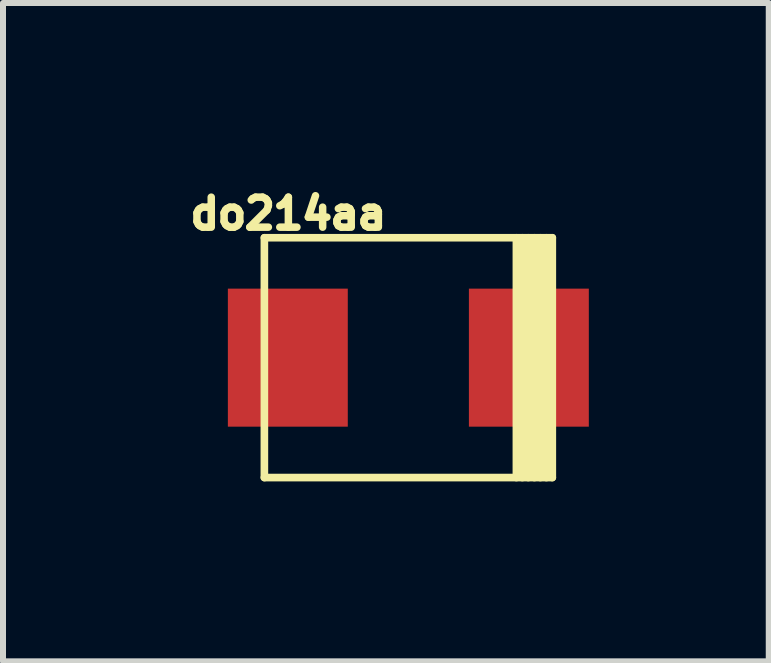
<source format=kicad_pcb>
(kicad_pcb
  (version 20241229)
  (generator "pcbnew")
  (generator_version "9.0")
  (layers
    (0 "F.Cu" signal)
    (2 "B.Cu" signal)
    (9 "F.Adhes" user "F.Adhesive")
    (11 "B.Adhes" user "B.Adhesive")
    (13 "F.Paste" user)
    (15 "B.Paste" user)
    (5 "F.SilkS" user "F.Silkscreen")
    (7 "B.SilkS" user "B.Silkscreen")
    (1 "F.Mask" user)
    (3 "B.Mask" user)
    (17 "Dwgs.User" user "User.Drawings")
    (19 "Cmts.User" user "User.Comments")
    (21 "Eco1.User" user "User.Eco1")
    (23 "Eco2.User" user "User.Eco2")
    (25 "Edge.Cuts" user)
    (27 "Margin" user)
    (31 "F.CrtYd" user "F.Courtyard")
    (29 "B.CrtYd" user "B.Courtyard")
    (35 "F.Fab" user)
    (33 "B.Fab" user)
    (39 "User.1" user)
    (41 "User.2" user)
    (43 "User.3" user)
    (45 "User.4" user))
  (footprint "do214aa"
    (layer "F.Cu")
    (at 3.757 2.912)
    (property "Reference" "do214aa" (at -2 -2.4 0) (layer "F.SilkS") (effects (font (size 0.5 0.5) (thickness 0.125))))
    (attr through_hole)
    (fp_line (start -2.4 -1.999) (end 2.4 -1.999) (stroke (width 0.127) (type solid)) (layer "F.SilkS"))
    (fp_line (start -2.4 1.999) (end -2.4 -1.999) (stroke (width 0.127) (type solid)) (layer "F.SilkS"))
    (fp_line (start 1.801 -1.999) (end 1.801 1.999) (stroke (width 0.127) (type solid)) (layer "F.SilkS"))
    (fp_line (start 1.9 -1.999) (end 1.9 1.999) (stroke (width 0.127) (type solid)) (layer "F.SilkS"))
    (fp_line (start 1.999 1.999) (end 1.999 -1.999) (stroke (width 0.127) (type solid)) (layer "F.SilkS"))
    (fp_line (start 2.101 -1.999) (end 2.101 1.999) (stroke (width 0.127) (type solid)) (layer "F.SilkS"))
    (fp_line (start 2.2 1.999) (end 2.2 -1.999) (stroke (width 0.127) (type solid)) (layer "F.SilkS"))
    (fp_line (start 2.301 -1.999) (end 2.301 1.999) (stroke (width 0.127) (type solid)) (layer "F.SilkS"))
    (fp_line (start 2.4 -1.999) (end 2.4 1.999) (stroke (width 0.127) (type solid)) (layer "F.SilkS"))
    (fp_line (start 2.4 1.999) (end -2.4 1.999) (stroke (width 0.127) (type solid)) (layer "F.SilkS"))
    (pad "1" smd rect (at -2.009 0) (size 1.999 2.301) (layers "F.Cu" "F.Mask" "F.Paste"))
    (pad "2" smd rect (at 2.009 0) (size 1.999 2.301) (layers "F.Cu" "F.Mask" "F.Paste")))
  (gr_rect
    (start -3 -3)
    (end 9.765 7.974)
    (stroke (width 0.1) (type default))
    (fill no)
    (layer "Edge.Cuts")))
</source>
